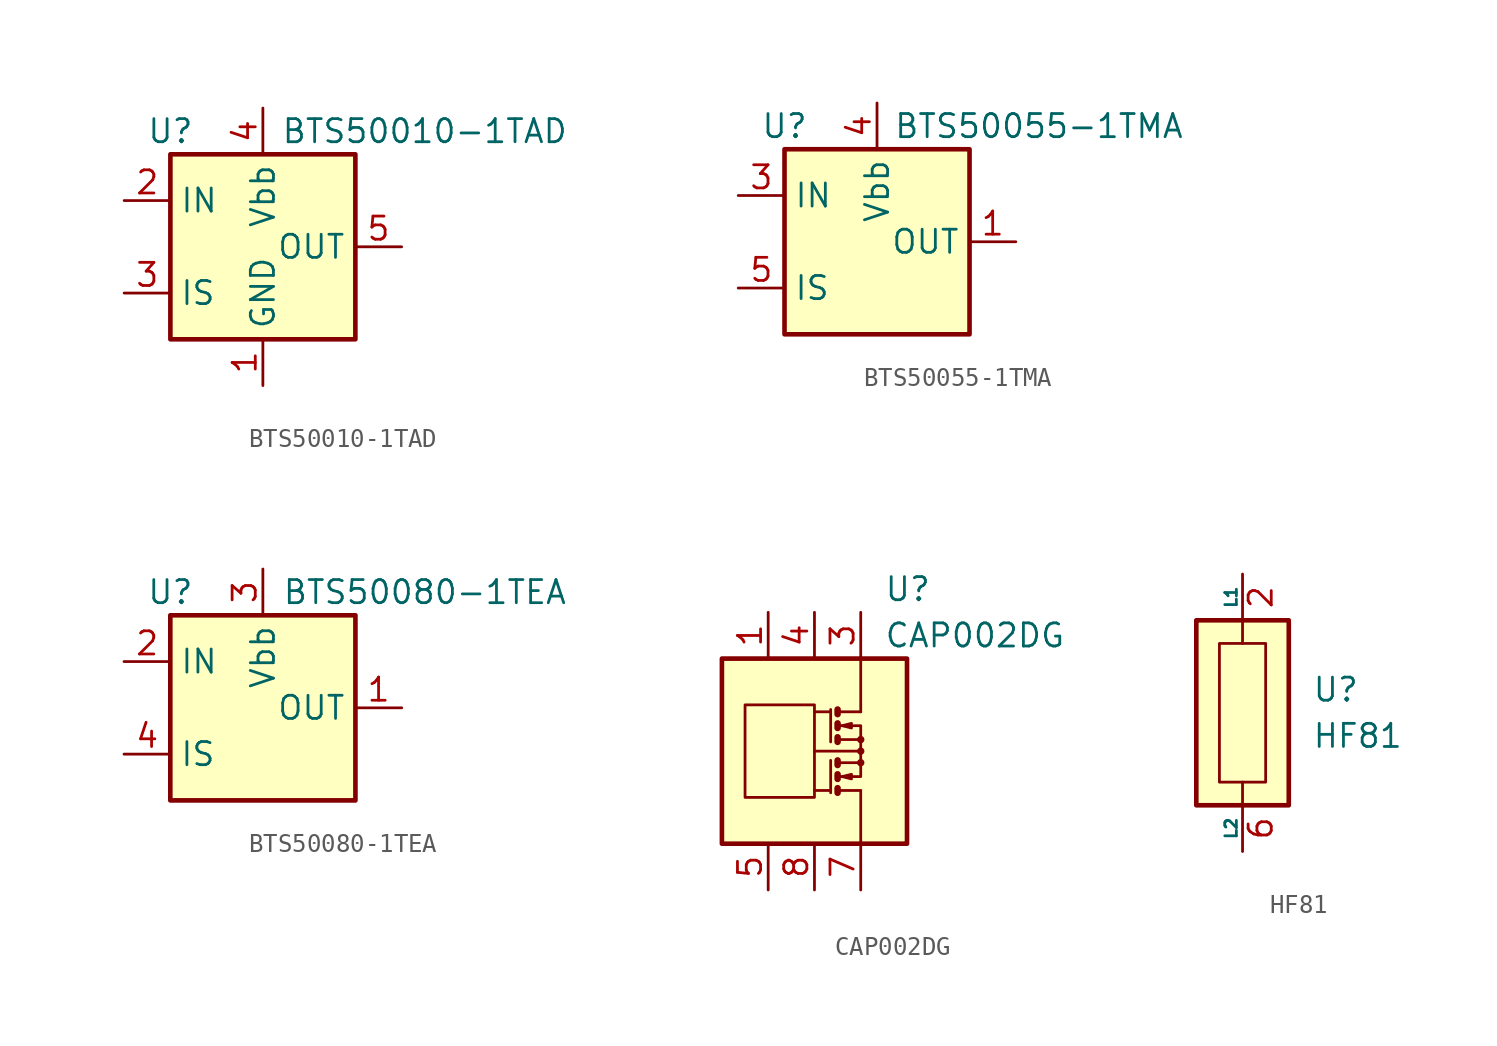
<source format=kicad_sym>
(kicad_symbol_lib
  (version 20231120)
  (generator "kicad_symbol_editor")
  (generator_version "8.0")
  (symbol "BTS50010-1TAD"
    (property "Reference" "U"
      (at -5.08 6.35 0)
      (effects (font (size 1.27 1.27))))
    (property "Value" "BTS50010-1TAD"
      (at 8.89 6.35 0)
      (effects (font (size 1.27 1.27))))
    (symbol "BTS50010-1TAD_0_1"
      (rectangle (start -5.08 5.08) (end 5.08 -5.08) (stroke (width 0.254) (type default)) (fill (type background))))
    (symbol "BTS50010-1TAD_1_1"
      (pin power_in line (at 0 -7.62 90) (length 2.54) (name "GND" (effects (font (size 1.27 1.27)))) (number "1" (effects (font (size 1.27 1.27)))))
      (pin input line (at -7.62 2.54 0) (length 2.54) (name "IN" (effects (font (size 1.27 1.27)))) (number "2" (effects (font (size 1.27 1.27)))))
      (pin output line (at -7.62 -2.54 0) (length 2.54) (name "IS" (effects (font (size 1.27 1.27)))) (number "3" (effects (font (size 1.27 1.27)))))
      (pin power_in line (at 0 7.62 270) (length 2.54) (name "Vbb" (effects (font (size 1.27 1.27)))) (number "4" (effects (font (size 1.27 1.27)))))
      (pin passive line (at 7.62 0 180) (length 2.54) (name "OUT" (effects (font (size 1.27 1.27)))) (number "5" (effects (font (size 1.27 1.27)))))
      (pin passive line (at 7.62 0 180) (length 2.54) hide (name "OUT" (effects (font (size 1.27 1.27)))) (number "6" (effects (font (size 1.27 1.27)))))
      (pin passive line (at 7.62 0 180) (length 2.54) hide (name "OUT" (effects (font (size 1.27 1.27)))) (number "7" (effects (font (size 1.27 1.27)))))))
  (symbol "BTS50055-1TMA"
    (property "Reference" "U"
      (at -5.08 6.35 0)
      (effects (font (size 1.27 1.27))))
    (property "Value" "BTS50055-1TMA"
      (at 8.89 6.35 0)
      (effects (font (size 1.27 1.27))))
    (symbol "BTS50055-1TMA_0_1"
      (rectangle (start -5.08 5.08) (end 5.08 -5.08) (stroke (width 0.254) (type default)) (fill (type background))))
    (symbol "BTS50055-1TMA_1_1"
      (pin power_out line (at 7.62 0 180) (length 2.54) (name "OUT" (effects (font (size 1.27 1.27)))) (number "1" (effects (font (size 1.27 1.27)))))
      (pin passive line (at 7.62 0 180) (length 2.54) hide (name "OUT" (effects (font (size 1.27 1.27)))) (number "2" (effects (font (size 1.27 1.27)))))
      (pin input line (at -7.62 2.54 0) (length 2.54) (name "IN" (effects (font (size 1.27 1.27)))) (number "3" (effects (font (size 1.27 1.27)))))
      (pin power_in line (at 0 7.62 270) (length 2.54) (name "Vbb" (effects (font (size 1.27 1.27)))) (number "4" (effects (font (size 1.27 1.27)))))
      (pin output line (at -7.62 -2.54 0) (length 2.54) (name "IS" (effects (font (size 1.27 1.27)))) (number "5" (effects (font (size 1.27 1.27)))))
      (pin passive line (at 7.62 0 180) (length 2.54) hide (name "OUT" (effects (font (size 1.27 1.27)))) (number "6" (effects (font (size 1.27 1.27)))))
      (pin passive line (at 7.62 0 180) (length 2.54) hide (name "OUT" (effects (font (size 1.27 1.27)))) (number "7" (effects (font (size 1.27 1.27)))))))
  (symbol "BTS50080-1TEA"
    (property "Reference" "U"
      (at -5.08 6.35 0)
      (effects (font (size 1.27 1.27))))
    (property "Value" "BTS50080-1TEA"
      (at 8.89 6.35 0)
      (effects (font (size 1.27 1.27))))
    (symbol "BTS50080-1TEA_0_1"
      (rectangle (start -5.08 5.08) (end 5.08 -5.08) (stroke (width 0.254) (type default)) (fill (type background))))
    (symbol "BTS50080-1TEA_1_1"
      (pin power_out line (at 7.62 0 180) (length 2.54) (name "OUT" (effects (font (size 1.27 1.27)))) (number "1" (effects (font (size 1.27 1.27)))))
      (pin input line (at -7.62 2.54 0) (length 2.54) (name "IN" (effects (font (size 1.27 1.27)))) (number "2" (effects (font (size 1.27 1.27)))))
      (pin power_in line (at 0 7.62 270) (length 2.54) (name "Vbb" (effects (font (size 1.27 1.27)))) (number "3" (effects (font (size 1.27 1.27)))))
      (pin output line (at -7.62 -2.54 0) (length 2.54) (name "IS" (effects (font (size 1.27 1.27)))) (number "4" (effects (font (size 1.27 1.27)))))
      (pin passive line (at 7.62 0 180) (length 2.54) hide (name "OUT" (effects (font (size 1.27 1.27)))) (number "5" (effects (font (size 1.27 1.27)))))))
  (symbol "CAP002DG"
    (pin_names
      (offset 1.27))
    (property "Reference" "U"
      (at 3.81 8.89 0)
      (effects (font (size 1.27 1.27)) (justify left)))
    (property "Value" "CAP002DG"
      (at 3.81 6.35 0)
      (effects (font (size 1.27 1.27)) (justify left)))
    (symbol "CAP002DG_0_1"
      (rectangle (start -5.08 5.08) (end 5.08 -5.08) (stroke (width 0.254) (type default)) (fill (type background)))
      (rectangle (start -3.81 2.54) (end 0 -2.54) (stroke (width 0) (type default)) (fill (type none)))
      (polyline (pts (xy 0.889 -2.159) (xy 0 -2.159)) (stroke (width 0) (type default)) (fill (type none)))
      (polyline (pts (xy 0.889 -0.508) (xy 0.889 -2.286)) (stroke (width 0) (type default)) (fill (type none)))
      (polyline (pts (xy 0.889 2.159) (xy 0 2.159)) (stroke (width 0) (type default)) (fill (type none)))
      (polyline (pts (xy 0.889 2.286) (xy 0.889 0.508)) (stroke (width 0) (type default)) (fill (type none)))
      (polyline (pts (xy 1.27 -2.159) (xy 2.54 -2.159)) (stroke (width 0) (type default)) (fill (type none)))
      (polyline (pts (xy 1.27 2.159) (xy 2.54 2.159)) (stroke (width 0) (type default)) (fill (type none)))
      (polyline (pts (xy 2.413 0) (xy 0 0)) (stroke (width 0) (type default)) (fill (type none)))
      (polyline (pts (xy 2.54 -2.159) (xy 2.54 -5.08)) (stroke (width 0) (type default)) (fill (type none)))
      (polyline (pts (xy 1.27 -2.032) (xy 1.27 -2.286) (xy 1.27 -2.286)) (stroke (width 0.356) (type default)) (fill (type none)))
      (polyline (pts (xy 1.27 -1.27) (xy 1.27 -1.524) (xy 1.27 -1.524)) (stroke (width 0.356) (type default)) (fill (type none)))
      (polyline (pts (xy 1.27 0.762) (xy 1.27 0.508) (xy 1.27 0.508)) (stroke (width 0.356) (type default)) (fill (type none)))
      (polyline (pts (xy 1.27 1.524) (xy 1.27 1.27) (xy 1.27 1.27)) (stroke (width 0.356) (type default)) (fill (type none)))
      (polyline (pts (xy 1.27 2.286) (xy 1.27 2.032) (xy 1.27 2.032)) (stroke (width 0.356) (type default)) (fill (type none)))
      (polyline (pts (xy 1.397 -1.397) (xy 2.54 -1.397) (xy 2.54 -0.635)) (stroke (width 0) (type default)) (fill (type none)))
      (polyline (pts (xy 1.397 1.397) (xy 2.54 1.397) (xy 2.54 0.635)) (stroke (width 0) (type default)) (fill (type none)))
      (polyline (pts (xy 2.54 2.159) (xy 2.54 5.08) (xy 2.54 3.175)) (stroke (width 0) (type default)) (fill (type none)))
      (polyline (pts (xy 1.397 -0.635) (xy 2.54 -0.635) (xy 2.54 0.635) (xy 1.397 0.635)) (stroke (width 0) (type default)) (fill (type none)))
      (polyline (pts (xy 1.524 -1.397) (xy 2.032 -1.27) (xy 2.032 -1.524) (xy 1.524 -1.397)) (stroke (width 0) (type default)) (fill (type none)))
      (polyline (pts (xy 1.524 1.397) (xy 2.032 1.524) (xy 2.032 1.27) (xy 1.524 1.397)) (stroke (width 0) (type default)) (fill (type none)))
      (circle (center 2.54 -0.635) (radius 0.127) (stroke (width 0) (type default)) (fill (type none)))
      (circle (center 2.54 0) (radius 0.127) (stroke (width 0) (type default)) (fill (type none)))
      (circle (center 2.54 0.635) (radius 0.127) (stroke (width 0) (type default)) (fill (type none))))
    (symbol "CAP002DG_1_1"
      (polyline (pts (xy 1.27 -0.508) (xy 1.27 -0.762)) (stroke (width 0.356) (type default)) (fill (type none)))
      (pin passive line (at -2.54 7.62 270) (length 2.54) (name "~" (effects (font (size 1.27 1.27)))) (number "1" (effects (font (size 1.27 1.27)))))
      (pin passive line (at 2.54 7.62 270) (length 2.54) hide (name "~" (effects (font (size 1.27 1.27)))) (number "2" (effects (font (size 1.27 1.27)))))
      (pin passive line (at 2.54 7.62 270) (length 2.54) (name "~" (effects (font (size 1.27 1.27)))) (number "3" (effects (font (size 1.27 1.27)))))
      (pin passive line (at 0 7.62 270) (length 2.54) (name "~" (effects (font (size 1.27 1.27)))) (number "4" (effects (font (size 1.27 1.27)))))
      (pin passive line (at -2.54 -7.62 90) (length 2.54) (name "~" (effects (font (size 1.27 1.27)))) (number "5" (effects (font (size 1.27 1.27)))))
      (pin passive line (at 2.54 -7.62 90) (length 2.54) hide (name "~" (effects (font (size 1.27 1.27)))) (number "6" (effects (font (size 1.27 1.27)))))
      (pin passive line (at 2.54 -7.62 90) (length 2.54) (name "~" (effects (font (size 1.27 1.27)))) (number "7" (effects (font (size 1.27 1.27)))))
      (pin passive line (at 0 -7.62 90) (length 2.54) (name "~" (effects (font (size 1.27 1.27)))) (number "8" (effects (font (size 1.27 1.27)))))))
  (symbol "HF81"
    (pin_names
      (offset 0))
    (property "Reference" "U"
      (at 3.81 1.27 0)
      (effects (font (size 1.27 1.27)) (justify left)))
    (property "Value" "HF81"
      (at 3.81 -1.27 0)
      (effects (font (size 1.27 1.27)) (justify left)))
    (symbol "HF81_0_1"
      (rectangle (start -2.54 5.08) (end 2.54 -5.08) (stroke (width 0.254) (type default)) (fill (type background)))
      (rectangle (start -1.27 3.81) (end 1.27 -3.81) (stroke (width 0) (type default)) (fill (type none)))
      (polyline (pts (xy 0 -3.81) (xy 0 -5.08)) (stroke (width 0) (type default)) (fill (type none)))
      (polyline (pts (xy 0 5.08) (xy 0 3.81)) (stroke (width 0) (type default)) (fill (type none))))
    (symbol "HF81_1_1"
      (pin no_connect line (at -2.54 5.08 0) (length 2.54) hide (name "NC" (effects (font (size 1.27 1.27)))) (number "1" (effects (font (size 1.27 1.27)))))
      (pin passive line (at 0 7.62 270) (length 2.54) (name "L1" (effects (font (size 0.635 0.635)))) (number "2" (effects (font (size 1.27 1.27)))))
      (pin passive line (at 0 7.62 270) (length 2.54) hide (name "L1" (effects (font (size 0.635 0.635)))) (number "3" (effects (font (size 1.27 1.27)))))
      (pin no_connect line (at -2.54 2.54 0) (length 2.54) hide (name "NC" (effects (font (size 1.27 1.27)))) (number "4" (effects (font (size 1.27 1.27)))))
      (pin no_connect line (at -2.54 -2.54 0) (length 2.54) hide (name "NC" (effects (font (size 1.27 1.27)))) (number "5" (effects (font (size 1.27 1.27)))))
      (pin passive line (at 0 -7.62 90) (length 2.54) (name "L2" (effects (font (size 0.635 0.635)))) (number "6" (effects (font (size 1.27 1.27)))))
      (pin passive line (at 0 -7.62 90) (length 2.54) hide (name "L2" (effects (font (size 0.635 0.635)))) (number "7" (effects (font (size 1.27 1.27)))))
      (pin no_connect line (at -2.54 -5.08 0) (length 2.54) hide (name "NC" (effects (font (size 1.27 1.27)))) (number "8" (effects (font (size 1.27 1.27))))))))
</source>
